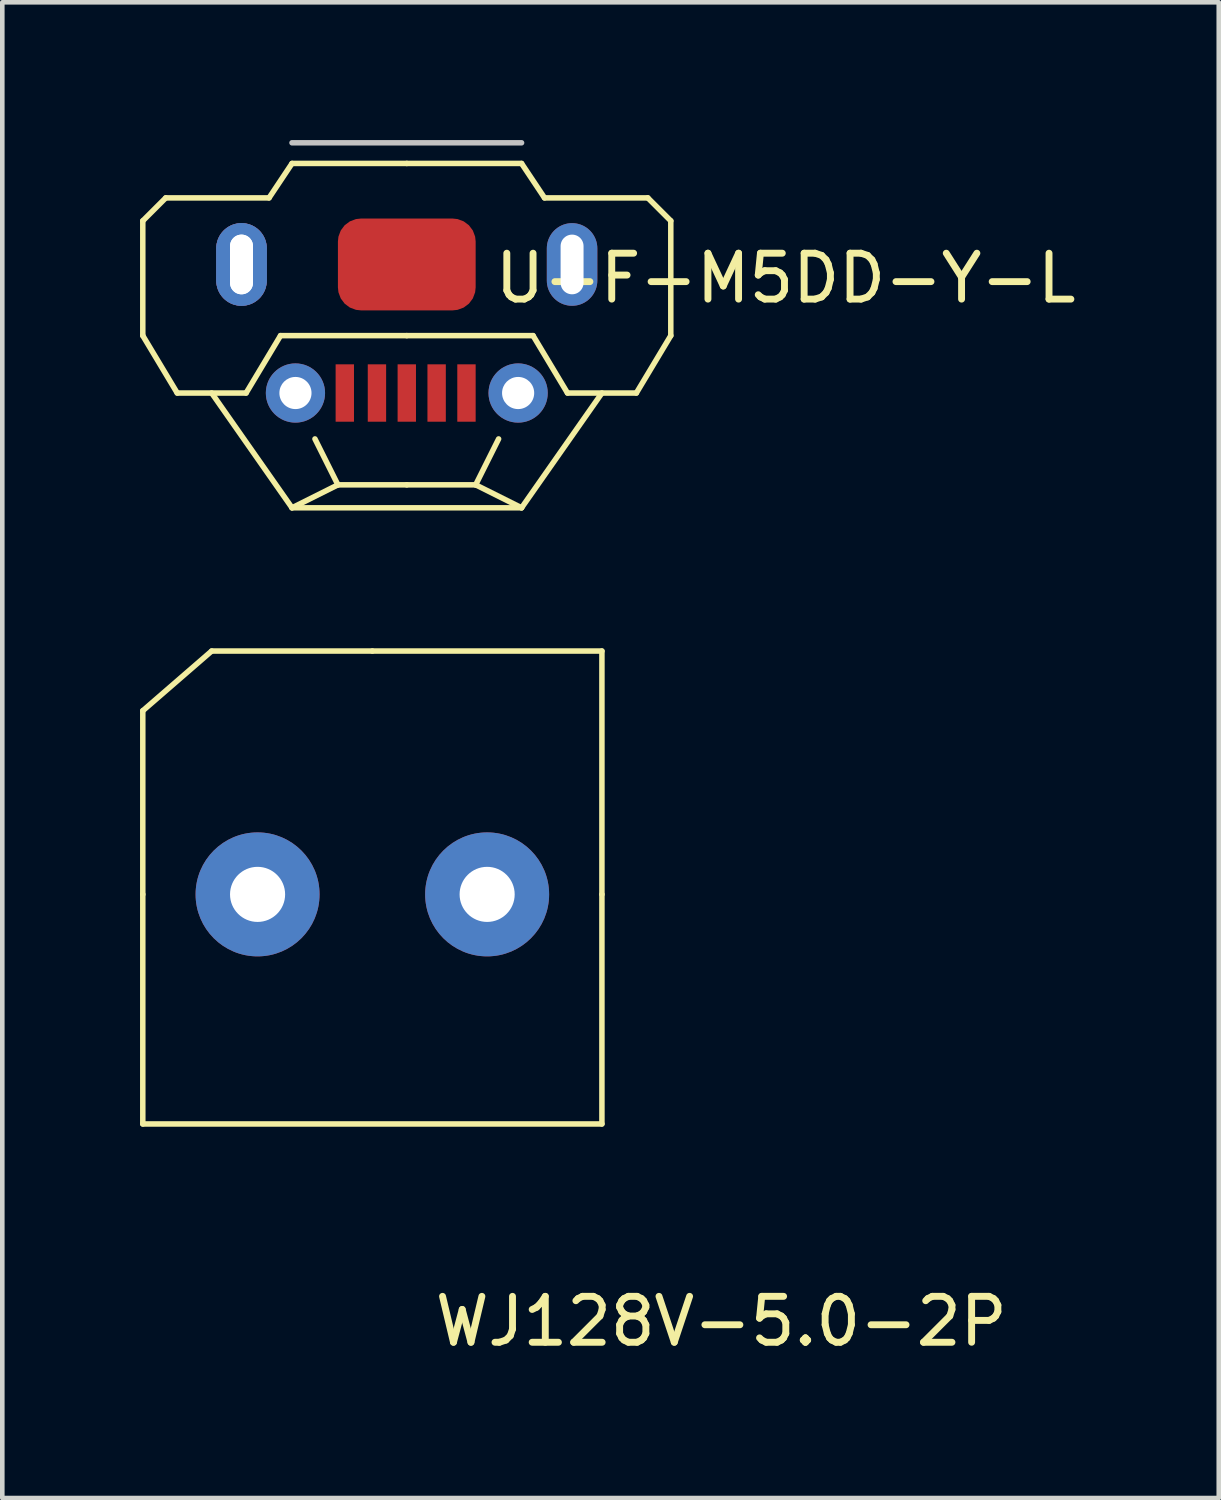
<source format=kicad_pcb>
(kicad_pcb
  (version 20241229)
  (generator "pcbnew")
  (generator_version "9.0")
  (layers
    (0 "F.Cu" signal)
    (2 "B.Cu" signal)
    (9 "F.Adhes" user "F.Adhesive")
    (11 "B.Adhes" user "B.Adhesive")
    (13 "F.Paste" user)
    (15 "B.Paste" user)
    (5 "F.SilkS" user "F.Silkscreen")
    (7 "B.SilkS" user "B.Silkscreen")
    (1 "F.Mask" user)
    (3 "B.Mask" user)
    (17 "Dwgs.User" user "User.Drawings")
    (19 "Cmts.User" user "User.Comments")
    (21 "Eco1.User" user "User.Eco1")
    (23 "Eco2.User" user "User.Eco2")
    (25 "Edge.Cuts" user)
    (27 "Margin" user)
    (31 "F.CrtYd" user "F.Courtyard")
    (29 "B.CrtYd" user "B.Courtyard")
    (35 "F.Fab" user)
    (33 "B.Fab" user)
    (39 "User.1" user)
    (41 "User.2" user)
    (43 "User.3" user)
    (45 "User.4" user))
  (footprint "U-F-M5DD-Y-L"
    (layer "F.Cu")
    (at 5.81 5.51)
    (property "Reference" "U-F-M5DD-Y-L" (at 8.25 -2.5 0) (layer "F.SilkS") (effects (font (size 1 1) (thickness 0.15))))
    (attr through_hole)
    (fp_line (start -5 -1.95) (end -5 -3.65) (stroke (width 0.12) (type solid)) (layer "F.Mask"))
    (fp_line (start -3.6 -3.65) (end -5 -3.65) (stroke (width 0.12) (type solid)) (layer "F.Mask"))
    (fp_line (start -3.6 -1.95) (end -5 -1.95) (stroke (width 0.12) (type solid)) (layer "F.Mask"))
    (fp_line (start 3.6 -3.65) (end 5 -3.65) (stroke (width 0.12) (type solid)) (layer "F.Mask"))
    (fp_line (start 3.6 -1.95) (end 5 -1.95) (stroke (width 0.12) (type solid)) (layer "F.Mask"))
    (fp_line (start 5 -3.65) (end 5 -1.95) (stroke (width 0.12) (type solid)) (layer "F.Mask"))
    (fp_poly (pts (xy -5 -3.65) (xy -3.6 -3.65) (xy -3.6 -1.95) (xy -5 -1.95)) (stroke (width 0.1) (type solid)) (fill yes) (layer "F.Mask"))
    (fp_poly (pts (xy 5 -1.95) (xy 3.6 -1.95) (xy 3.6 -3.65) (xy 5 -3.65)) (stroke (width 0.1) (type solid)) (fill yes) (layer "F.Mask"))
    (fp_line (start -5.75 -3.75) (end -5.75 -1.25) (stroke (width 0.12) (type solid)) (layer "F.SilkS"))
    (fp_line (start -5.75 -1.25) (end -5 0) (stroke (width 0.12) (type solid)) (layer "F.SilkS"))
    (fp_line (start -5.25 -4.25) (end -5.75 -3.75) (stroke (width 0.12) (type solid)) (layer "F.SilkS"))
    (fp_line (start -5 0) (end -3.5 0) (stroke (width 0.12) (type solid)) (layer "F.SilkS"))
    (fp_line (start -4.25 0) (end -2.5 2.5) (stroke (width 0.12) (type solid)) (layer "F.SilkS"))
    (fp_line (start -3.5 0) (end -2.75 -1.25) (stroke (width 0.12) (type solid)) (layer "F.SilkS"))
    (fp_line (start -3 -4.25) (end -5.25 -4.25) (stroke (width 0.12) (type solid)) (layer "F.SilkS"))
    (fp_line (start -2.75 -1.25) (end 0 -1.25) (stroke (width 0.12) (type solid)) (layer "F.SilkS"))
    (fp_line (start -2.5 -5) (end -3 -4.25) (stroke (width 0.12) (type solid)) (layer "F.SilkS"))
    (fp_line (start -2.5 2.5) (end -1.5 2) (stroke (width 0.12) (type solid)) (layer "F.SilkS"))
    (fp_line (start -2.5 2.5) (end 2.5 2.5) (stroke (width 0.12) (type solid)) (layer "F.SilkS"))
    (fp_line (start -1.5 2) (end -2 1) (stroke (width 0.12) (type solid)) (layer "F.SilkS"))
    (fp_line (start -1.5 2) (end 0 2) (stroke (width 0.12) (type solid)) (layer "F.SilkS"))
    (fp_line (start 0 -5) (end -2.5 -5) (stroke (width 0.12) (type solid)) (layer "F.SilkS"))
    (fp_line (start 0 -5) (end 2.5 -5) (stroke (width 0.12) (type solid)) (layer "F.SilkS"))
    (fp_line (start 0 2) (end 1.5 2) (stroke (width 0.12) (type solid)) (layer "F.SilkS"))
    (fp_line (start 1.5 2) (end 2 1) (stroke (width 0.12) (type solid)) (layer "F.SilkS"))
    (fp_line (start 1.5 2) (end 2.5 2.5) (stroke (width 0.12) (type solid)) (layer "F.SilkS"))
    (fp_line (start 2.5 -5) (end 3 -4.25) (stroke (width 0.12) (type solid)) (layer "F.SilkS"))
    (fp_line (start 2.5 2.5) (end 4.25 0) (stroke (width 0.12) (type solid)) (layer "F.SilkS"))
    (fp_line (start 2.75 -1.25) (end 0 -1.25) (stroke (width 0.12) (type solid)) (layer "F.SilkS"))
    (fp_line (start 3 -4.25) (end 5.25 -4.25) (stroke (width 0.12) (type solid)) (layer "F.SilkS"))
    (fp_line (start 3.5 0) (end 2.75 -1.25) (stroke (width 0.12) (type solid)) (layer "F.SilkS"))
    (fp_line (start 5 0) (end 3.5 0) (stroke (width 0.12) (type solid)) (layer "F.SilkS"))
    (fp_line (start 5.25 -4.25) (end 5.75 -3.75) (stroke (width 0.12) (type solid)) (layer "F.SilkS"))
    (fp_line (start 5.75 -3.75) (end 5.75 -1.25) (stroke (width 0.12) (type solid)) (layer "F.SilkS"))
    (fp_line (start 5.75 -1.25) (end 5 0) (stroke (width 0.12) (type solid)) (layer "F.SilkS"))
    (fp_poly (pts (xy -3.9 -1.9) (xy -5.05 -1.9) (xy -5.05 -3.7) (xy -3.9 -3.7)) (stroke (width 0.1) (type solid)) (fill yes) (layer "F.Paste"))
    (fp_poly (pts (xy 3.9 -3.65) (xy 5 -3.65) (xy 5 -1.9) (xy 3.9 -1.9)) (stroke (width 0.1) (type solid)) (fill yes) (layer "F.Paste"))
    (fp_line (start -2.5 -5.45) (end 2.5 -5.45) (stroke (width 0.12) (type solid)) (layer "Dwgs.User"))
    (pad "1" smd rect (at 1.3 0) (size 0.4 1.25) (layers "F.Cu" "F.Mask" "F.Paste"))
    (pad "2" smd rect (at 0.65 0) (size 0.4 1.25) (layers "F.Cu" "F.Mask" "F.Paste"))
    (pad "3" smd rect (at 0 0) (size 0.4 1.25) (layers "F.Cu" "F.Mask" "F.Paste"))
    (pad "4" smd rect (at -0.65 0) (size 0.4 1.25) (layers "F.Cu" "F.Mask" "F.Paste"))
    (pad "5" smd rect (at -1.35 0) (size 0.4 1.25) (layers "F.Cu" "F.Mask" "F.Paste"))
    (pad "6" thru_hole oval (at -3.6 -2.8) (size 1.1 1.8) (drill oval 0.5 1.3) (layers "*.Cu" "*.Mask"))
    (pad "6" thru_hole oval (at -3.6 -2.8) (size 1.1 1.8) (drill oval 0.5 1.3) (layers "*.Cu" "*.Mask"))
    (pad "6" thru_hole circle (at -2.425 0) (size 1.29 1.29) (drill 0.7) (layers "*.Cu" "*.Mask"))
    (pad "6" smd roundrect (at 0 -2.8 180) (size 3 2) (layers "F.Cu" "F.Mask" "F.Paste") (roundrect_rratio 0.25))
    (pad "6" thru_hole circle (at 2.425 0 180) (size 1.29 1.29) (drill 0.7) (layers "*.Cu" "*.Mask"))
    (pad "6" thru_hole oval (at 3.6 -2.8 180) (size 1.1 1.8) (drill oval 0.5 1.3) (layers "*.Cu" "*.Mask")))
  (footprint "WJ128V-5.0-2P"
    (layer "F.Cu")
    (at 5.06 16.43)
    (property "Reference" "WJ128V-5.0-2P" (at 7.6 9.3 0) (layer "F.SilkS") (effects (font (size 1 1) (thickness 0.15))))
    (attr through_hole)
    (fp_line (start -5 -4) (end -3.5 -5.3) (stroke (width 0.12) (type solid)) (layer "F.SilkS"))
    (fp_line (start -5 0) (end -5 -4) (stroke (width 0.12) (type solid)) (layer "F.SilkS"))
    (fp_line (start -5 0) (end -5 5) (stroke (width 0.12) (type solid)) (layer "F.SilkS"))
    (fp_line (start -5 5) (end 5 5) (stroke (width 0.12) (type solid)) (layer "F.SilkS"))
    (fp_line (start -3.5 -5.3) (end 0 -5.3) (stroke (width 0.12) (type solid)) (layer "F.SilkS"))
    (fp_line (start 5 -5.3) (end 0 -5.3) (stroke (width 0.12) (type solid)) (layer "F.SilkS"))
    (fp_line (start 5 0) (end 5 -5.3) (stroke (width 0.12) (type solid)) (layer "F.SilkS"))
    (fp_line (start 5 5) (end 5 0) (stroke (width 0.12) (type solid)) (layer "F.SilkS"))
    (pad "1" thru_hole circle (at -2.5 0 180) (size 2.7 2.7) (drill 1.2) (layers "*.Cu" "*.Mask"))
    (pad "2" thru_hole circle (at 2.5 0) (size 2.7 2.7) (drill 1.2) (layers "*.Cu" "*.Mask")))
  (gr_rect
    (start -3 -3)
    (end 23.495 29.578)
    (stroke (width 0.1) (type default))
    (fill no)
    (layer "Edge.Cuts")))
</source>
